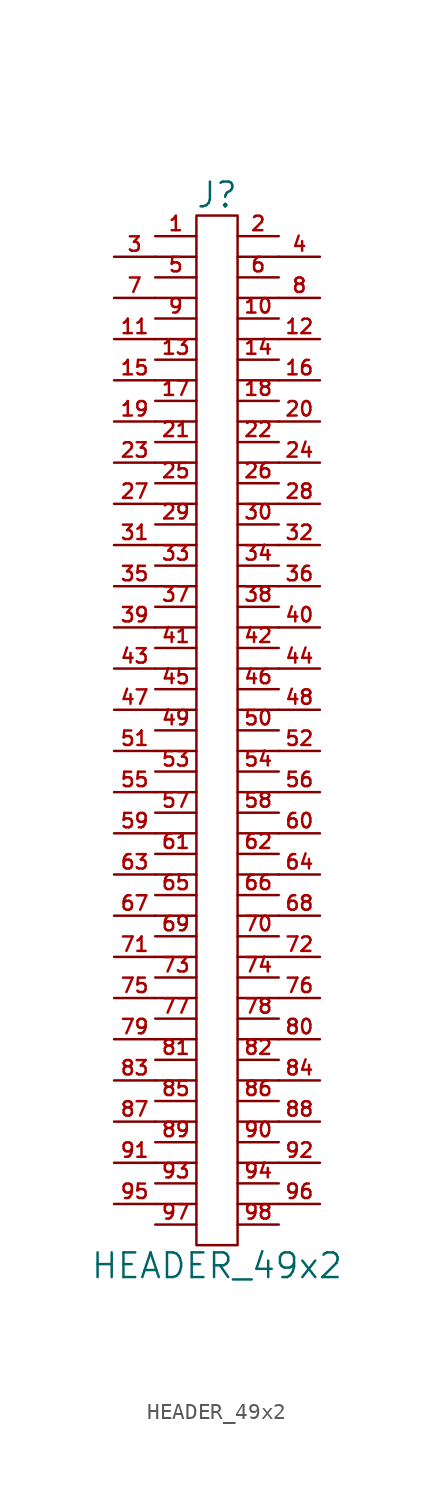
<source format=kicad_sym>
(kicad_symbol_lib
  (version 20220914)
  (generator kicad_symbol_editor)
  (symbol "HEADER_49x2"
    (pin_names
      (offset 0))
    (property "Reference" "J"
      (at 0 33.02 0)
      (effects (font (size 1.524 1.524))))
    (property "Value" "HEADER_49x2"
      (at 0 -33.02 0)
      (effects (font (size 1.524 1.524))))
    (property "Footprint" ""
      (at 0 6.35 0)
      (effects (font (size 1.524 1.524))))
    (property "Datasheet" ""
      (at 0 0 0)
      (effects (font (size 1.524 1.524))))
    (symbol "HEADER_49x2_0_1"
      (polyline (pts (xy -3.81 -29.21) (xy -1.27 -29.21)) (stroke (width 0) (type solid)) (fill (type none)))
      (polyline (pts (xy -3.81 -26.67) (xy -1.27 -26.67)) (stroke (width 0) (type solid)) (fill (type none)))
      (polyline (pts (xy -3.81 -24.13) (xy -1.27 -24.13)) (stroke (width 0) (type solid)) (fill (type none)))
      (polyline (pts (xy -3.81 -21.59) (xy -1.27 -21.59)) (stroke (width 0) (type solid)) (fill (type none)))
      (polyline (pts (xy -3.81 -19.05) (xy -1.27 -19.05)) (stroke (width 0) (type solid)) (fill (type none)))
      (polyline (pts (xy -3.81 -16.51) (xy -1.27 -16.51)) (stroke (width 0) (type solid)) (fill (type none)))
      (polyline (pts (xy -3.81 -13.97) (xy -1.27 -13.97)) (stroke (width 0) (type solid)) (fill (type none)))
      (polyline (pts (xy -3.81 -11.43) (xy -1.27 -11.43)) (stroke (width 0) (type solid)) (fill (type none)))
      (polyline (pts (xy -3.81 -8.89) (xy -1.27 -8.89)) (stroke (width 0) (type solid)) (fill (type none)))
      (polyline (pts (xy -3.81 -6.35) (xy -1.27 -6.35)) (stroke (width 0) (type solid)) (fill (type none)))
      (polyline (pts (xy -3.81 -3.81) (xy -1.27 -3.81)) (stroke (width 0) (type solid)) (fill (type none)))
      (polyline (pts (xy -3.81 -1.27) (xy -1.27 -1.27)) (stroke (width 0) (type solid)) (fill (type none)))
      (polyline (pts (xy -3.81 1.27) (xy -1.27 1.27)) (stroke (width 0) (type solid)) (fill (type none)))
      (polyline (pts (xy -3.81 3.81) (xy -1.27 3.81)) (stroke (width 0) (type solid)) (fill (type none)))
      (polyline (pts (xy -3.81 6.35) (xy -1.27 6.35)) (stroke (width 0) (type solid)) (fill (type none)))
      (polyline (pts (xy -3.81 8.89) (xy -1.27 8.89)) (stroke (width 0) (type solid)) (fill (type none)))
      (polyline (pts (xy -3.81 11.43) (xy -1.27 11.43)) (stroke (width 0) (type solid)) (fill (type none)))
      (polyline (pts (xy -3.81 13.97) (xy -1.27 13.97)) (stroke (width 0) (type solid)) (fill (type none)))
      (polyline (pts (xy -3.81 16.51) (xy -1.27 16.51)) (stroke (width 0) (type solid)) (fill (type none)))
      (polyline (pts (xy -3.81 19.05) (xy -1.27 19.05)) (stroke (width 0) (type solid)) (fill (type none)))
      (polyline (pts (xy -3.81 21.59) (xy -1.27 21.59)) (stroke (width 0) (type solid)) (fill (type none)))
      (polyline (pts (xy -3.81 24.13) (xy -1.27 24.13)) (stroke (width 0) (type solid)) (fill (type none)))
      (polyline (pts (xy -3.81 26.67) (xy -1.27 26.67)) (stroke (width 0) (type solid)) (fill (type none)))
      (polyline (pts (xy -3.81 29.21) (xy -1.27 29.21)) (stroke (width 0) (type solid)) (fill (type none)))
      (polyline (pts (xy 1.27 -29.21) (xy 3.81 -29.21)) (stroke (width 0) (type solid)) (fill (type none)))
      (polyline (pts (xy 1.27 -26.67) (xy 3.81 -26.67)) (stroke (width 0) (type solid)) (fill (type none)))
      (polyline (pts (xy 1.27 -24.13) (xy 3.81 -24.13)) (stroke (width 0) (type solid)) (fill (type none)))
      (polyline (pts (xy 1.27 -21.59) (xy 3.81 -21.59)) (stroke (width 0) (type solid)) (fill (type none)))
      (polyline (pts (xy 1.27 -19.05) (xy 3.81 -19.05)) (stroke (width 0) (type solid)) (fill (type none)))
      (polyline (pts (xy 1.27 -16.51) (xy 3.81 -16.51)) (stroke (width 0) (type solid)) (fill (type none)))
      (polyline (pts (xy 1.27 -13.97) (xy 3.81 -13.97)) (stroke (width 0) (type solid)) (fill (type none)))
      (polyline (pts (xy 1.27 -11.43) (xy 3.81 -11.43)) (stroke (width 0) (type solid)) (fill (type none)))
      (polyline (pts (xy 1.27 -8.89) (xy 3.81 -8.89)) (stroke (width 0) (type solid)) (fill (type none)))
      (polyline (pts (xy 1.27 -6.35) (xy 3.81 -6.35)) (stroke (width 0) (type solid)) (fill (type none)))
      (polyline (pts (xy 1.27 -3.81) (xy 3.81 -3.81)) (stroke (width 0) (type solid)) (fill (type none)))
      (polyline (pts (xy 1.27 -1.27) (xy 3.81 -1.27)) (stroke (width 0) (type solid)) (fill (type none)))
      (polyline (pts (xy 1.27 1.27) (xy 3.81 1.27)) (stroke (width 0) (type solid)) (fill (type none)))
      (polyline (pts (xy 1.27 3.81) (xy 3.81 3.81)) (stroke (width 0) (type solid)) (fill (type none)))
      (polyline (pts (xy 1.27 6.35) (xy 3.81 6.35)) (stroke (width 0) (type solid)) (fill (type none)))
      (polyline (pts (xy 1.27 8.89) (xy 3.81 8.89)) (stroke (width 0) (type solid)) (fill (type none)))
      (polyline (pts (xy 1.27 11.43) (xy 3.81 11.43)) (stroke (width 0) (type solid)) (fill (type none)))
      (polyline (pts (xy 1.27 13.97) (xy 3.81 13.97)) (stroke (width 0) (type solid)) (fill (type none)))
      (polyline (pts (xy 1.27 16.51) (xy 3.81 16.51)) (stroke (width 0) (type solid)) (fill (type none)))
      (polyline (pts (xy 1.27 19.05) (xy 3.81 19.05)) (stroke (width 0) (type solid)) (fill (type none)))
      (polyline (pts (xy 1.27 21.59) (xy 3.81 21.59)) (stroke (width 0) (type solid)) (fill (type none)))
      (polyline (pts (xy 1.27 24.13) (xy 3.81 24.13)) (stroke (width 0) (type solid)) (fill (type none)))
      (polyline (pts (xy 1.27 26.67) (xy 3.81 26.67)) (stroke (width 0) (type solid)) (fill (type none)))
      (polyline (pts (xy 1.27 29.21) (xy 3.81 29.21)) (stroke (width 0) (type solid)) (fill (type none)))
      (rectangle (start 1.27 -31.75) (end -1.27 31.75) (stroke (width 0) (type solid)) (fill (type none))))
    (symbol "HEADER_49x2_1_1"
      (pin passive line (at -3.81 30.48 0) (length 2.54) (name "~" (effects (font (size 1.27 1.27)))) (number "1" (effects (font (size 0.889 0.889)))))
      (pin passive line (at 3.81 25.4 180) (length 2.54) (name "~" (effects (font (size 1.27 1.27)))) (number "10" (effects (font (size 0.889 0.889)))))
      (pin passive line (at -6.35 24.13 0) (length 2.54) (name "~" (effects (font (size 1.27 1.27)))) (number "11" (effects (font (size 0.889 0.889)))))
      (pin passive line (at 6.35 24.13 180) (length 2.54) (name "~" (effects (font (size 1.27 1.27)))) (number "12" (effects (font (size 0.889 0.889)))))
      (pin passive line (at -3.81 22.86 0) (length 2.54) (name "~" (effects (font (size 1.27 1.27)))) (number "13" (effects (font (size 0.889 0.889)))))
      (pin passive line (at 3.81 22.86 180) (length 2.54) (name "~" (effects (font (size 1.27 1.27)))) (number "14" (effects (font (size 0.889 0.889)))))
      (pin passive line (at -6.35 21.59 0) (length 2.54) (name "~" (effects (font (size 1.27 1.27)))) (number "15" (effects (font (size 0.889 0.889)))))
      (pin passive line (at 6.35 21.59 180) (length 2.54) (name "~" (effects (font (size 1.27 1.27)))) (number "16" (effects (font (size 0.889 0.889)))))
      (pin passive line (at -3.81 20.32 0) (length 2.54) (name "~" (effects (font (size 1.27 1.27)))) (number "17" (effects (font (size 0.889 0.889)))))
      (pin passive line (at 3.81 20.32 180) (length 2.54) (name "~" (effects (font (size 1.27 1.27)))) (number "18" (effects (font (size 0.889 0.889)))))
      (pin passive line (at -6.35 19.05 0) (length 2.54) (name "~" (effects (font (size 1.27 1.27)))) (number "19" (effects (font (size 0.889 0.889)))))
      (pin passive line (at 3.81 30.48 180) (length 2.54) (name "~" (effects (font (size 1.27 1.27)))) (number "2" (effects (font (size 0.889 0.889)))))
      (pin passive line (at 6.35 19.05 180) (length 2.54) (name "~" (effects (font (size 1.27 1.27)))) (number "20" (effects (font (size 0.889 0.889)))))
      (pin passive line (at -3.81 17.78 0) (length 2.54) (name "~" (effects (font (size 1.27 1.27)))) (number "21" (effects (font (size 0.889 0.889)))))
      (pin passive line (at 3.81 17.78 180) (length 2.54) (name "~" (effects (font (size 1.27 1.27)))) (number "22" (effects (font (size 0.889 0.889)))))
      (pin passive line (at -6.35 16.51 0) (length 2.54) (name "~" (effects (font (size 1.27 1.27)))) (number "23" (effects (font (size 0.889 0.889)))))
      (pin passive line (at 6.35 16.51 180) (length 2.54) (name "~" (effects (font (size 1.27 1.27)))) (number "24" (effects (font (size 0.889 0.889)))))
      (pin passive line (at -3.81 15.24 0) (length 2.54) (name "~" (effects (font (size 1.27 1.27)))) (number "25" (effects (font (size 0.889 0.889)))))
      (pin passive line (at 3.81 15.24 180) (length 2.54) (name "~" (effects (font (size 1.27 1.27)))) (number "26" (effects (font (size 0.889 0.889)))))
      (pin passive line (at -6.35 13.97 0) (length 2.54) (name "~" (effects (font (size 1.27 1.27)))) (number "27" (effects (font (size 0.889 0.889)))))
      (pin passive line (at 6.35 13.97 180) (length 2.54) (name "~" (effects (font (size 1.27 1.27)))) (number "28" (effects (font (size 0.889 0.889)))))
      (pin passive line (at -3.81 12.7 0) (length 2.54) (name "~" (effects (font (size 1.27 1.27)))) (number "29" (effects (font (size 0.889 0.889)))))
      (pin passive line (at -6.35 29.21 0) (length 2.54) (name "~" (effects (font (size 1.27 1.27)))) (number "3" (effects (font (size 0.889 0.889)))))
      (pin passive line (at 3.81 12.7 180) (length 2.54) (name "~" (effects (font (size 1.27 1.27)))) (number "30" (effects (font (size 0.889 0.889)))))
      (pin passive line (at -6.35 11.43 0) (length 2.54) (name "~" (effects (font (size 1.27 1.27)))) (number "31" (effects (font (size 0.889 0.889)))))
      (pin passive line (at 6.35 11.43 180) (length 2.54) (name "~" (effects (font (size 1.27 1.27)))) (number "32" (effects (font (size 0.889 0.889)))))
      (pin passive line (at -3.81 10.16 0) (length 2.54) (name "~" (effects (font (size 1.27 1.27)))) (number "33" (effects (font (size 0.889 0.889)))))
      (pin passive line (at 3.81 10.16 180) (length 2.54) (name "~" (effects (font (size 1.27 1.27)))) (number "34" (effects (font (size 0.889 0.889)))))
      (pin passive line (at -6.35 8.89 0) (length 2.54) (name "~" (effects (font (size 1.27 1.27)))) (number "35" (effects (font (size 0.889 0.889)))))
      (pin passive line (at 6.35 8.89 180) (length 2.54) (name "~" (effects (font (size 1.27 1.27)))) (number "36" (effects (font (size 0.889 0.889)))))
      (pin passive line (at -3.81 7.62 0) (length 2.54) (name "~" (effects (font (size 0.889 0.889)))) (number "37" (effects (font (size 0.889 0.889)))))
      (pin passive line (at 3.81 7.62 180) (length 2.54) (name "~" (effects (font (size 1.27 1.27)))) (number "38" (effects (font (size 0.889 0.889)))))
      (pin passive line (at -6.35 6.35 0) (length 2.54) (name "~" (effects (font (size 1.27 1.27)))) (number "39" (effects (font (size 0.889 0.889)))))
      (pin passive line (at 6.35 29.21 180) (length 2.54) (name "~" (effects (font (size 1.27 1.27)))) (number "4" (effects (font (size 0.889 0.889)))))
      (pin passive line (at 6.35 6.35 180) (length 2.54) (name "~" (effects (font (size 1.27 1.27)))) (number "40" (effects (font (size 0.889 0.889)))))
      (pin passive line (at -3.81 5.08 0) (length 2.54) (name "~" (effects (font (size 1.27 1.27)))) (number "41" (effects (font (size 0.889 0.889)))))
      (pin passive line (at 3.81 5.08 180) (length 2.54) (name "~" (effects (font (size 1.27 1.27)))) (number "42" (effects (font (size 0.889 0.889)))))
      (pin passive line (at -6.35 3.81 0) (length 2.54) (name "~" (effects (font (size 1.27 1.27)))) (number "43" (effects (font (size 0.889 0.889)))))
      (pin passive line (at 6.35 3.81 180) (length 2.54) (name "~" (effects (font (size 1.27 1.27)))) (number "44" (effects (font (size 0.889 0.889)))))
      (pin passive line (at -3.81 2.54 0) (length 2.54) (name "~" (effects (font (size 1.27 1.27)))) (number "45" (effects (font (size 0.889 0.889)))))
      (pin passive line (at 3.81 2.54 180) (length 2.54) (name "~" (effects (font (size 1.27 1.27)))) (number "46" (effects (font (size 0.889 0.889)))))
      (pin passive line (at -6.35 1.27 0) (length 2.54) (name "~" (effects (font (size 1.27 1.27)))) (number "47" (effects (font (size 0.889 0.889)))))
      (pin passive line (at 6.35 1.27 180) (length 2.54) (name "~" (effects (font (size 1.27 1.27)))) (number "48" (effects (font (size 0.889 0.889)))))
      (pin passive line (at -3.81 0 0) (length 2.54) (name "~" (effects (font (size 1.27 1.27)))) (number "49" (effects (font (size 0.889 0.889)))))
      (pin passive line (at -3.81 27.94 0) (length 2.54) (name "~" (effects (font (size 1.27 1.27)))) (number "5" (effects (font (size 0.889 0.889)))))
      (pin passive line (at 3.81 0 180) (length 2.54) (name "~" (effects (font (size 1.27 1.27)))) (number "50" (effects (font (size 0.889 0.889)))))
      (pin passive line (at -6.35 -1.27 0) (length 2.54) (name "~" (effects (font (size 1.27 1.27)))) (number "51" (effects (font (size 0.889 0.889)))))
      (pin passive line (at 6.35 -1.27 180) (length 2.54) (name "~" (effects (font (size 1.27 1.27)))) (number "52" (effects (font (size 0.889 0.889)))))
      (pin passive line (at -3.81 -2.54 0) (length 2.54) (name "~" (effects (font (size 1.27 1.27)))) (number "53" (effects (font (size 0.889 0.889)))))
      (pin passive line (at 3.81 -2.54 180) (length 2.54) (name "~" (effects (font (size 1.27 1.27)))) (number "54" (effects (font (size 0.889 0.889)))))
      (pin passive line (at -6.35 -3.81 0) (length 2.54) (name "~" (effects (font (size 1.27 1.27)))) (number "55" (effects (font (size 0.889 0.889)))))
      (pin passive line (at 6.35 -3.81 180) (length 2.54) (name "~" (effects (font (size 1.27 1.27)))) (number "56" (effects (font (size 0.889 0.889)))))
      (pin passive line (at -3.81 -5.08 0) (length 2.54) (name "~" (effects (font (size 1.27 1.27)))) (number "57" (effects (font (size 0.889 0.889)))))
      (pin passive line (at 3.81 -5.08 180) (length 2.54) (name "~" (effects (font (size 1.27 1.27)))) (number "58" (effects (font (size 0.889 0.889)))))
      (pin passive line (at -6.35 -6.35 0) (length 2.54) (name "~" (effects (font (size 1.27 1.27)))) (number "59" (effects (font (size 0.889 0.889)))))
      (pin passive line (at 3.81 27.94 180) (length 2.54) (name "~" (effects (font (size 1.27 1.27)))) (number "6" (effects (font (size 0.889 0.889)))))
      (pin passive line (at 6.35 -6.35 180) (length 2.54) (name "~" (effects (font (size 1.27 1.27)))) (number "60" (effects (font (size 0.889 0.889)))))
      (pin passive line (at -3.81 -7.62 0) (length 2.54) (name "~" (effects (font (size 1.27 1.27)))) (number "61" (effects (font (size 0.889 0.889)))))
      (pin passive line (at 3.81 -7.62 180) (length 2.54) (name "~" (effects (font (size 1.27 1.27)))) (number "62" (effects (font (size 0.889 0.889)))))
      (pin passive line (at -6.35 -8.89 0) (length 2.54) (name "~" (effects (font (size 1.27 1.27)))) (number "63" (effects (font (size 0.889 0.889)))))
      (pin passive line (at 6.35 -8.89 180) (length 2.54) (name "~" (effects (font (size 1.27 1.27)))) (number "64" (effects (font (size 0.889 0.889)))))
      (pin passive line (at -3.81 -10.16 0) (length 2.54) (name "~" (effects (font (size 1.27 1.27)))) (number "65" (effects (font (size 0.889 0.889)))))
      (pin passive line (at 3.81 -10.16 180) (length 2.54) (name "~" (effects (font (size 1.27 1.27)))) (number "66" (effects (font (size 0.889 0.889)))))
      (pin passive line (at -6.35 -11.43 0) (length 2.54) (name "~" (effects (font (size 1.27 1.27)))) (number "67" (effects (font (size 0.889 0.889)))))
      (pin passive line (at 6.35 -11.43 180) (length 2.54) (name "~" (effects (font (size 1.27 1.27)))) (number "68" (effects (font (size 0.889 0.889)))))
      (pin passive line (at -3.81 -12.7 0) (length 2.54) (name "~" (effects (font (size 1.27 1.27)))) (number "69" (effects (font (size 0.889 0.889)))))
      (pin passive line (at -6.35 26.67 0) (length 2.54) (name "~" (effects (font (size 1.27 1.27)))) (number "7" (effects (font (size 0.889 0.889)))))
      (pin passive line (at 3.81 -12.7 180) (length 2.54) (name "~" (effects (font (size 1.27 1.27)))) (number "70" (effects (font (size 0.889 0.889)))))
      (pin passive line (at -6.35 -13.97 0) (length 2.54) (name "~" (effects (font (size 1.27 1.27)))) (number "71" (effects (font (size 0.889 0.889)))))
      (pin passive line (at 6.35 -13.97 180) (length 2.54) (name "~" (effects (font (size 1.27 1.27)))) (number "72" (effects (font (size 0.889 0.889)))))
      (pin passive line (at -3.81 -15.24 0) (length 2.54) (name "~" (effects (font (size 1.27 1.27)))) (number "73" (effects (font (size 0.889 0.889)))))
      (pin passive line (at 3.81 -15.24 180) (length 2.54) (name "~" (effects (font (size 1.27 1.27)))) (number "74" (effects (font (size 0.889 0.889)))))
      (pin passive line (at -6.35 -16.51 0) (length 2.54) (name "~" (effects (font (size 1.27 1.27)))) (number "75" (effects (font (size 0.889 0.889)))))
      (pin passive line (at 6.35 -16.51 180) (length 2.54) (name "~" (effects (font (size 1.27 1.27)))) (number "76" (effects (font (size 0.889 0.889)))))
      (pin passive line (at -3.81 -17.78 0) (length 2.54) (name "~" (effects (font (size 1.27 1.27)))) (number "77" (effects (font (size 0.889 0.889)))))
      (pin passive line (at 3.81 -17.78 180) (length 2.54) (name "~" (effects (font (size 1.27 1.27)))) (number "78" (effects (font (size 0.889 0.889)))))
      (pin passive line (at -6.35 -19.05 0) (length 2.54) (name "~" (effects (font (size 1.27 1.27)))) (number "79" (effects (font (size 0.889 0.889)))))
      (pin passive line (at 6.35 26.67 180) (length 2.54) (name "~" (effects (font (size 1.27 1.27)))) (number "8" (effects (font (size 0.889 0.889)))))
      (pin passive line (at 6.35 -19.05 180) (length 2.54) (name "~" (effects (font (size 1.27 1.27)))) (number "80" (effects (font (size 0.889 0.889)))))
      (pin passive line (at -3.81 -20.32 0) (length 2.54) (name "~" (effects (font (size 1.27 1.27)))) (number "81" (effects (font (size 0.889 0.889)))))
      (pin passive line (at 3.81 -20.32 180) (length 2.54) (name "~" (effects (font (size 1.27 1.27)))) (number "82" (effects (font (size 0.889 0.889)))))
      (pin passive line (at -6.35 -21.59 0) (length 2.54) (name "~" (effects (font (size 1.27 1.27)))) (number "83" (effects (font (size 0.889 0.889)))))
      (pin passive line (at 6.35 -21.59 180) (length 2.54) (name "~" (effects (font (size 1.27 1.27)))) (number "84" (effects (font (size 0.889 0.889)))))
      (pin passive line (at -3.81 -22.86 0) (length 2.54) (name "~" (effects (font (size 1.27 1.27)))) (number "85" (effects (font (size 0.889 0.889)))))
      (pin passive line (at 3.81 -22.86 180) (length 2.54) (name "~" (effects (font (size 1.27 1.27)))) (number "86" (effects (font (size 0.889 0.889)))))
      (pin passive line (at -6.35 -24.13 0) (length 2.54) (name "~" (effects (font (size 1.27 1.27)))) (number "87" (effects (font (size 0.889 0.889)))))
      (pin passive line (at 6.35 -24.13 180) (length 2.54) (name "~" (effects (font (size 1.27 1.27)))) (number "88" (effects (font (size 0.889 0.889)))))
      (pin passive line (at -3.81 -25.4 0) (length 2.54) (name "~" (effects (font (size 1.27 1.27)))) (number "89" (effects (font (size 0.889 0.889)))))
      (pin passive line (at -3.81 25.4 0) (length 2.54) (name "~" (effects (font (size 1.27 1.27)))) (number "9" (effects (font (size 0.889 0.889)))))
      (pin passive line (at 3.81 -25.4 180) (length 2.54) (name "~" (effects (font (size 1.27 1.27)))) (number "90" (effects (font (size 0.889 0.889)))))
      (pin passive line (at -6.35 -26.67 0) (length 2.54) (name "~" (effects (font (size 1.27 1.27)))) (number "91" (effects (font (size 0.889 0.889)))))
      (pin passive line (at 6.35 -26.67 180) (length 2.54) (name "~" (effects (font (size 1.27 1.27)))) (number "92" (effects (font (size 0.889 0.889)))))
      (pin passive line (at -3.81 -27.94 0) (length 2.54) (name "~" (effects (font (size 1.27 1.27)))) (number "93" (effects (font (size 0.889 0.889)))))
      (pin passive line (at 3.81 -27.94 180) (length 2.54) (name "~" (effects (font (size 1.27 1.27)))) (number "94" (effects (font (size 0.889 0.889)))))
      (pin passive line (at -6.35 -29.21 0) (length 2.54) (name "~" (effects (font (size 1.27 1.27)))) (number "95" (effects (font (size 0.889 0.889)))))
      (pin passive line (at 6.35 -29.21 180) (length 2.54) (name "~" (effects (font (size 1.27 1.27)))) (number "96" (effects (font (size 0.889 0.889)))))
      (pin passive line (at -3.81 -30.48 0) (length 2.54) (name "~" (effects (font (size 1.27 1.27)))) (number "97" (effects (font (size 0.889 0.889)))))
      (pin passive line (at 3.81 -30.48 180) (length 2.54) (name "~" (effects (font (size 1.27 1.27)))) (number "98" (effects (font (size 0.889 0.889))))))))
</source>
